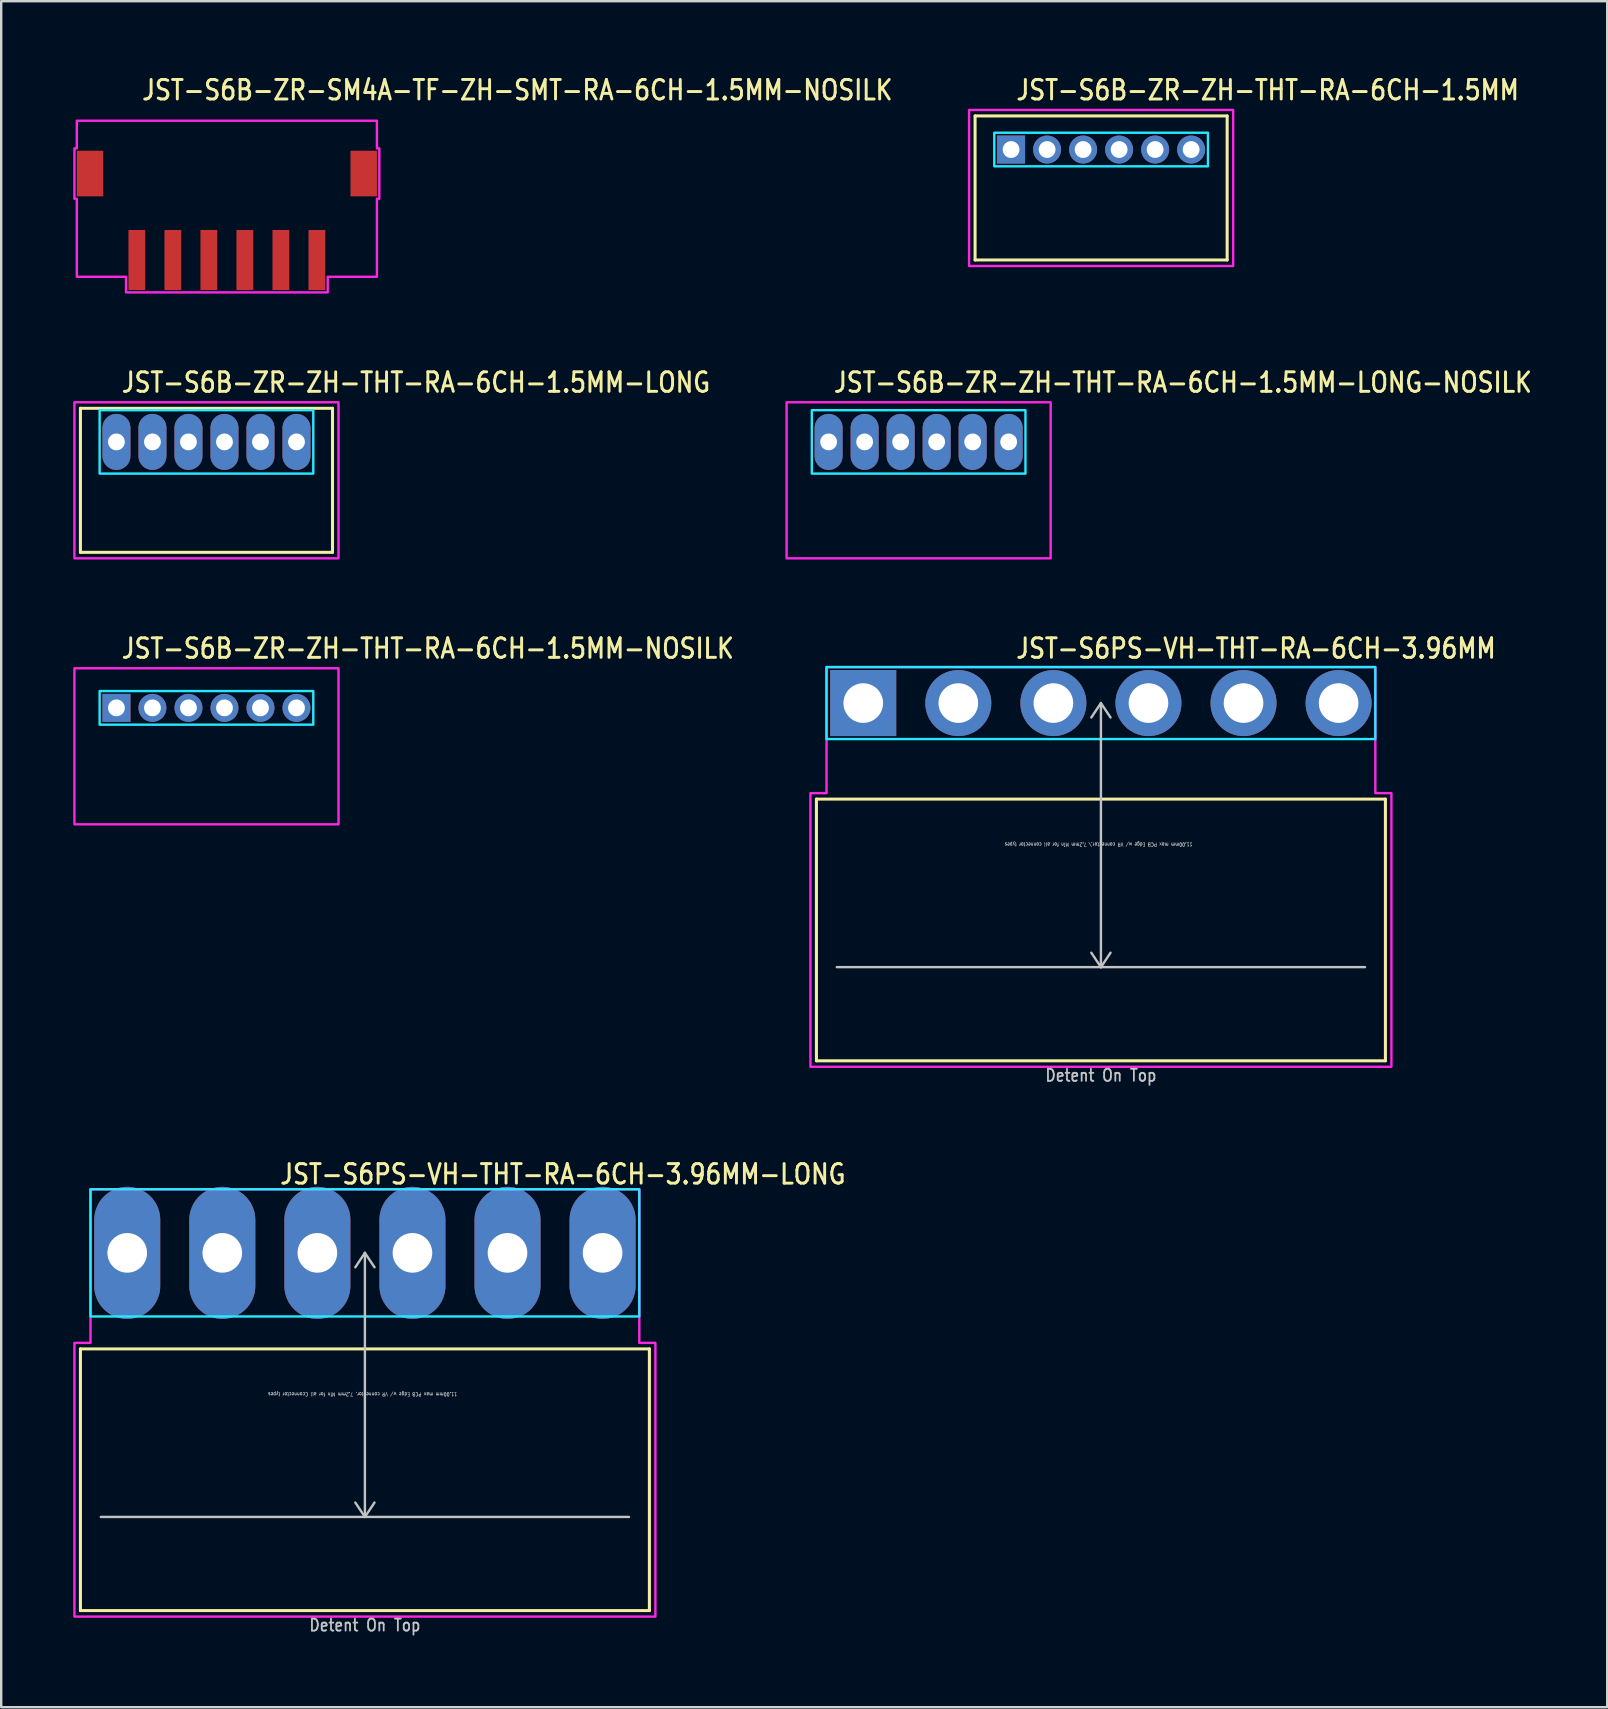
<source format=kicad_pcb>
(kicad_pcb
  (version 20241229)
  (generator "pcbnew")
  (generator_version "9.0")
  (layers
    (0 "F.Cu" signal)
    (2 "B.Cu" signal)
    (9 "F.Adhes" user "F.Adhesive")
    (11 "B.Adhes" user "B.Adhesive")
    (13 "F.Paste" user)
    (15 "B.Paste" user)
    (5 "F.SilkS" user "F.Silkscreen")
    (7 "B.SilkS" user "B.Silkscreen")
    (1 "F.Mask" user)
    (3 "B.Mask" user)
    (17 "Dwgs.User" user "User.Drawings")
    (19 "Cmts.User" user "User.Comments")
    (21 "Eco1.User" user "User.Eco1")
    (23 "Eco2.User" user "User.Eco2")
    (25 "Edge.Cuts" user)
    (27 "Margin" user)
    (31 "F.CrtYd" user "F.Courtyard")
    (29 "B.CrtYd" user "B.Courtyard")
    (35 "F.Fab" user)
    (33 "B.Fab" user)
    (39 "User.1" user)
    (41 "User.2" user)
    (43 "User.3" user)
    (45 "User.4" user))
  (footprint "JST-S6B-ZR-ZH-THT-RA-6CH-1.5MM-LONG"
    (layer "F.Cu")
    (at 5.55 15.357)
    (property "Reference" "JST-S6B-ZR-ZH-THT-RA-6CH-1.5MM-LONG" (at -3.6 -2 0) (unlocked yes) (layer "F.SilkS") (effects (font (size 0.813 0.695) (thickness 0.122)) (justify left bottom)))
    (fp_line (start -5.25 -1.4) (end 5.25 -1.4) (stroke (width 0.127) (type solid)) (layer "F.SilkS"))
    (fp_line (start -5.25 4.6) (end -5.25 -1.4) (stroke (width 0.127) (type solid)) (layer "F.SilkS"))
    (fp_line (start -5.25 4.6) (end 5.25 4.6) (stroke (width 0.127) (type solid)) (layer "F.SilkS"))
    (fp_line (start 5.25 -1.4) (end 5.25 4.6) (stroke (width 0.127) (type solid)) (layer "F.SilkS"))
    (fp_poly (pts (xy -4.45 -1.32) (xy -4.45 1.32) (xy 4.45 1.32) (xy 4.45 -1.32)) (stroke (width 0.1) (type solid)) (fill no) (layer "B.CrtYd"))
    (fp_poly (pts (xy -5.5 -1.65) (xy -5.5 4.85) (xy 5.5 4.85) (xy 5.5 -1.65)) (stroke (width 0.1) (type solid)) (fill no) (layer "F.CrtYd"))
    (pad "1" thru_hole oval (at -3.75 0 90) (size 2.333 1.167) (drill 0.7) (layers "*.Cu" "*.Mask"))
    (pad "2" thru_hole oval (at -2.25 0 90) (size 2.333 1.167) (drill 0.7) (layers "*.Cu" "*.Mask"))
    (pad "3" thru_hole oval (at -0.75 0 90) (size 2.333 1.167) (drill 0.7) (layers "*.Cu" "*.Mask"))
    (pad "4" thru_hole oval (at 0.75 0 90) (size 2.333 1.167) (drill 0.7) (layers "*.Cu" "*.Mask"))
    (pad "5" thru_hole oval (at 2.25 0 90) (size 2.333 1.167) (drill 0.7) (layers "*.Cu" "*.Mask"))
    (pad "6" thru_hole oval (at 3.75 0 90) (size 2.333 1.167) (drill 0.7) (layers "*.Cu" "*.Mask")))
  (footprint "JST-S6B-ZR-ZH-THT-RA-6CH-1.5MM"
    (layer "F.Cu")
    (at 42.816 3.179)
    (property "Reference" "JST-S6B-ZR-ZH-THT-RA-6CH-1.5MM" (at -3.6 -2 0) (unlocked yes) (layer "F.SilkS") (effects (font (size 0.813 0.695) (thickness 0.122)) (justify left bottom)))
    (fp_line (start -5.25 -1.4) (end 5.25 -1.4) (stroke (width 0.127) (type solid)) (layer "F.SilkS"))
    (fp_line (start -5.25 4.6) (end -5.25 -1.4) (stroke (width 0.127) (type solid)) (layer "F.SilkS"))
    (fp_line (start -5.25 4.6) (end 5.25 4.6) (stroke (width 0.127) (type solid)) (layer "F.SilkS"))
    (fp_line (start 5.25 -1.4) (end 5.25 4.6) (stroke (width 0.127) (type solid)) (layer "F.SilkS"))
    (fp_poly (pts (xy -4.45 -0.7) (xy -4.45 0.7) (xy 4.45 0.7) (xy 4.45 -0.7)) (stroke (width 0.1) (type solid)) (fill no) (layer "B.CrtYd"))
    (fp_poly (pts (xy -5.5 -1.65) (xy -5.5 4.85) (xy 5.5 4.85) (xy 5.5 -1.65)) (stroke (width 0.1) (type solid)) (fill no) (layer "F.CrtYd"))
    (pad "1" thru_hole rect (at -3.75 0) (size 1.167 1.167) (drill 0.7) (layers "*.Cu" "*.Mask"))
    (pad "2" thru_hole oval (at -2.25 0) (size 1.167 1.167) (drill 0.7) (layers "*.Cu" "*.Mask"))
    (pad "3" thru_hole oval (at -0.75 0) (size 1.167 1.167) (drill 0.7) (layers "*.Cu" "*.Mask"))
    (pad "4" thru_hole oval (at 0.75 0) (size 1.167 1.167) (drill 0.7) (layers "*.Cu" "*.Mask"))
    (pad "5" thru_hole oval (at 2.25 0) (size 1.167 1.167) (drill 0.7) (layers "*.Cu" "*.Mask"))
    (pad "6" thru_hole oval (at 3.75 0) (size 1.167 1.167) (drill 0.7) (layers "*.Cu" "*.Mask")))
  (footprint "JST-S6PS-VH-THT-RA-6CH-3.96MM"
    (layer "F.Cu")
    (at 42.808 26.236)
    (property "Reference" "JST-S6PS-VH-THT-RA-6CH-3.96MM" (at -3.6 -1.8 0) (unlocked yes) (layer "F.SilkS") (effects (font (size 0.813 0.695) (thickness 0.122)) (justify left bottom)))
    (fp_line (start -11.85 4) (end 11.85 4) (stroke (width 0.127) (type solid)) (layer "F.SilkS"))
    (fp_line (start -11.85 14.9) (end -11.85 4) (stroke (width 0.127) (type solid)) (layer "F.SilkS"))
    (fp_line (start -11.85 14.9) (end 11.85 14.9) (stroke (width 0.127) (type solid)) (layer "F.SilkS"))
    (fp_line (start 11.85 4) (end 11.85 14.9) (stroke (width 0.127) (type solid)) (layer "F.SilkS"))
    (fp_line (start -11 11) (end 11 11) (stroke (width 0.1) (type solid)) (layer "Dwgs.User"))
    (fp_line (start 0 0) (end -0.4 0.6) (stroke (width 0.1) (type solid)) (layer "Dwgs.User"))
    (fp_line (start 0 0) (end 0 11) (stroke (width 0.1) (type solid)) (layer "Dwgs.User"))
    (fp_line (start 0 0) (end 0.4 0.6) (stroke (width 0.1) (type solid)) (layer "Dwgs.User"))
    (fp_line (start 0 11) (end -0.4 10.4) (stroke (width 0.1) (type solid)) (layer "Dwgs.User"))
    (fp_line (start 0 11) (end 0.4 10.4) (stroke (width 0.1) (type solid)) (layer "Dwgs.User"))
    (fp_poly (pts (xy -11.43 -1.5) (xy -11.43 1.5) (xy 11.43 1.5) (xy 11.43 -1.5)) (stroke (width 0.1) (type solid)) (fill no) (layer "B.CrtYd"))
    (fp_poly (pts (xy -12.1 3.75) (xy -12.1 15.15) (xy 12.1 15.15) (xy 12.1 3.75) (xy 11.43 3.75) (xy 11.43 -1.5) (xy -11.43 -1.5) (xy -11.43 3.75)) (stroke (width 0.1) (type solid)) (fill no) (layer "F.CrtYd"))
    (fp_text user "Detent On Top" (at 0 15.8 0) (unlocked yes) (layer "Dwgs.User") (effects (font (size 0.5 0.427) (thickness 0.075)) (justify bottom)))
    (fp_text user "11.00mm max PCB Edge w/ VR connector,\\ 7.2mm Min for all connector types" (at -0.1 5.8 180) (unlocked yes) (layer "Dwgs.User") (effects (font (size 0.15 0.128) (thickness 0.022)) (justify bottom)))
    (pad "1" thru_hole rect (at -9.9 0) (size 2.75 2.75) (drill 1.65) (layers "*.Cu" "*.Mask"))
    (pad "2" thru_hole oval (at -5.94 0) (size 2.75 2.75) (drill 1.65) (layers "*.Cu" "*.Mask"))
    (pad "3" thru_hole oval (at -1.98 0) (size 2.75 2.75) (drill 1.65) (layers "*.Cu" "*.Mask"))
    (pad "4" thru_hole oval (at 1.98 0) (size 2.75 2.75) (drill 1.65) (layers "*.Cu" "*.Mask"))
    (pad "5" thru_hole oval (at 5.94 0) (size 2.75 2.75) (drill 1.65) (layers "*.Cu" "*.Mask"))
    (pad "6" thru_hole oval (at 9.9 0) (size 2.75 2.75) (drill 1.65) (layers "*.Cu" "*.Mask")))
  (footprint "JST-S6B-ZR-ZH-THT-RA-6CH-1.5MM-LONG-NOSILK"
    (layer "F.Cu")
    (at 35.215 15.357)
    (property "Reference" "JST-S6B-ZR-ZH-THT-RA-6CH-1.5MM-LONG-NOSILK" (at -3.6 -2 0) (unlocked yes) (layer "F.SilkS") (effects (font (size 0.813 0.695) (thickness 0.122)) (justify left bottom)))
    (fp_poly (pts (xy -4.45 -1.32) (xy -4.45 1.32) (xy 4.45 1.32) (xy 4.45 -1.32)) (stroke (width 0.1) (type solid)) (fill no) (layer "B.CrtYd"))
    (fp_poly (pts (xy -5.5 -1.65) (xy -5.5 4.85) (xy 5.5 4.85) (xy 5.5 -1.65)) (stroke (width 0.1) (type solid)) (fill no) (layer "F.CrtYd"))
    (pad "1" thru_hole oval (at -3.75 0 90) (size 2.333 1.167) (drill 0.7) (layers "*.Cu" "*.Mask"))
    (pad "2" thru_hole oval (at -2.25 0 90) (size 2.333 1.167) (drill 0.7) (layers "*.Cu" "*.Mask"))
    (pad "3" thru_hole oval (at -0.75 0 90) (size 2.333 1.167) (drill 0.7) (layers "*.Cu" "*.Mask"))
    (pad "4" thru_hole oval (at 0.75 0 90) (size 2.333 1.167) (drill 0.7) (layers "*.Cu" "*.Mask"))
    (pad "5" thru_hole oval (at 2.25 0 90) (size 2.333 1.167) (drill 0.7) (layers "*.Cu" "*.Mask"))
    (pad "6" thru_hole oval (at 3.75 0 90) (size 2.333 1.167) (drill 0.7) (layers "*.Cu" "*.Mask")))
  (footprint "JST-S6B-ZR-ZH-THT-RA-6CH-1.5MM-NOSILK"
    (layer "F.Cu")
    (at 5.55 26.436)
    (property "Reference" "JST-S6B-ZR-ZH-THT-RA-6CH-1.5MM-NOSILK" (at -3.6 -2 0) (unlocked yes) (layer "F.SilkS") (effects (font (size 0.813 0.695) (thickness 0.122)) (justify left bottom)))
    (fp_poly (pts (xy -4.45 -0.7) (xy -4.45 0.7) (xy 4.45 0.7) (xy 4.45 -0.7)) (stroke (width 0.1) (type solid)) (fill no) (layer "B.CrtYd"))
    (fp_poly (pts (xy -5.5 -1.65) (xy -5.5 4.85) (xy 5.5 4.85) (xy 5.5 -1.65)) (stroke (width 0.1) (type solid)) (fill no) (layer "F.CrtYd"))
    (pad "1" thru_hole rect (at -3.75 0) (size 1.167 1.167) (drill 0.7) (layers "*.Cu" "*.Mask"))
    (pad "2" thru_hole oval (at -2.25 0) (size 1.167 1.167) (drill 0.7) (layers "*.Cu" "*.Mask"))
    (pad "3" thru_hole oval (at -0.75 0) (size 1.167 1.167) (drill 0.7) (layers "*.Cu" "*.Mask"))
    (pad "4" thru_hole oval (at 0.75 0) (size 1.167 1.167) (drill 0.7) (layers "*.Cu" "*.Mask"))
    (pad "5" thru_hole oval (at 2.25 0) (size 1.167 1.167) (drill 0.7) (layers "*.Cu" "*.Mask"))
    (pad "6" thru_hole oval (at 3.75 0) (size 1.167 1.167) (drill 0.7) (layers "*.Cu" "*.Mask")))
  (footprint "JST-S6B-ZR-SM4A-TF-ZH-SMT-RA-6CH-1.5MM-NOSILK"
    (layer "F.Cu")
    (at 6.4 4.179)
    (property "Reference" "JST-S6B-ZR-SM4A-TF-ZH-SMT-RA-6CH-1.5MM-NOSILK" (at -3.6 -3 0) (unlocked yes) (layer "F.SilkS") (effects (font (size 0.813 0.695) (thickness 0.122)) (justify left bottom)))
    (fp_poly (pts (xy -6.25 -2.2) (xy -6.25 -1.05) (xy -6.35 -1.05) (xy -6.35 1.05) (xy -6.25 1.05) (xy -6.25 4.3) (xy -4.2 4.3) (xy -4.2 4.95) (xy 4.2 4.95) (xy 4.2 4.3) (xy 6.25 4.3) (xy 6.25 1.05) (xy 6.35 1.05) (xy 6.35 -1.05) (xy 6.25 -1.05) (xy 6.25 -2.2)) (stroke (width 0.1) (type solid)) (fill no) (layer "F.CrtYd"))
    (pad "1" smd rect (at 3.75 3.6) (size 0.7 2.5) (layers "F.Cu" "F.Mask" "F.Paste"))
    (pad "2" smd rect (at 2.25 3.6) (size 0.7 2.5) (layers "F.Cu" "F.Mask" "F.Paste"))
    (pad "3" smd rect (at 0.75 3.6) (size 0.7 2.5) (layers "F.Cu" "F.Mask" "F.Paste"))
    (pad "4" smd rect (at -0.75 3.6) (size 0.7 2.5) (layers "F.Cu" "F.Mask" "F.Paste"))
    (pad "5" smd rect (at -2.25 3.6) (size 0.7 2.5) (layers "F.Cu" "F.Mask" "F.Paste"))
    (pad "6" smd rect (at -3.75 3.6) (size 0.7 2.5) (layers "F.Cu" "F.Mask" "F.Paste"))
    (pad "S_1" smd rect (at -5.7 0) (size 1.1 1.9) (layers "F.Cu" "F.Mask" "F.Paste"))
    (pad "S_2" smd rect (at 5.7 0) (size 1.1 1.9) (layers "F.Cu" "F.Mask" "F.Paste")))
  (footprint "JST-S6PS-VH-THT-RA-6CH-3.96MM-LONG"
    (layer "F.Cu")
    (at 12.15 49.137)
    (property "Reference" "JST-S6PS-VH-THT-RA-6CH-3.96MM-LONG" (at -3.6 -2.8 0) (unlocked yes) (layer "F.SilkS") (effects (font (size 0.813 0.695) (thickness 0.122)) (justify left bottom)))
    (fp_line (start -11.85 4) (end 11.85 4) (stroke (width 0.127) (type solid)) (layer "F.SilkS"))
    (fp_line (start -11.85 14.9) (end -11.85 4) (stroke (width 0.127) (type solid)) (layer "F.SilkS"))
    (fp_line (start -11.85 14.9) (end 11.85 14.9) (stroke (width 0.127) (type solid)) (layer "F.SilkS"))
    (fp_line (start 11.85 4) (end 11.85 14.9) (stroke (width 0.127) (type solid)) (layer "F.SilkS"))
    (fp_line (start -11 11) (end 11 11) (stroke (width 0.1) (type solid)) (layer "Dwgs.User"))
    (fp_line (start 0 0) (end -0.4 0.6) (stroke (width 0.1) (type solid)) (layer "Dwgs.User"))
    (fp_line (start 0 0) (end 0 11) (stroke (width 0.1) (type solid)) (layer "Dwgs.User"))
    (fp_line (start 0 0) (end 0.4 0.6) (stroke (width 0.1) (type solid)) (layer "Dwgs.User"))
    (fp_line (start 0 11) (end -0.4 10.4) (stroke (width 0.1) (type solid)) (layer "Dwgs.User"))
    (fp_line (start 0 11) (end 0.4 10.4) (stroke (width 0.1) (type solid)) (layer "Dwgs.User"))
    (fp_poly (pts (xy -11.43 -2.65) (xy -11.43 2.65) (xy 11.43 2.65) (xy 11.43 -2.65)) (stroke (width 0.1) (type solid)) (fill no) (layer "B.CrtYd"))
    (fp_poly (pts (xy -12.1 3.75) (xy -12.1 15.15) (xy 12.1 15.15) (xy 12.1 3.75) (xy 11.43 3.75) (xy 11.43 -2.65) (xy -11.43 -2.65) (xy -11.43 3.75)) (stroke (width 0.1) (type solid)) (fill no) (layer "F.CrtYd"))
    (fp_text user "Detent On Top" (at 0 15.8 0) (unlocked yes) (layer "Dwgs.User") (effects (font (size 0.5 0.427) (thickness 0.075)) (justify bottom)))
    (fp_text user "11.00mm max PCB Edge w/ VR connector, 7.2mm Min for all Cconnector types" (at -0.1 5.8 180) (unlocked yes) (layer "Dwgs.User") (effects (font (size 0.15 0.128) (thickness 0.022)) (justify bottom)))
    (pad "1" thru_hole oval (at -9.9 0 90) (size 5.5 2.75) (drill 1.65) (layers "*.Cu" "*.Mask"))
    (pad "2" thru_hole oval (at -5.94 0 90) (size 5.5 2.75) (drill 1.65) (layers "*.Cu" "*.Mask"))
    (pad "3" thru_hole oval (at -1.98 0 90) (size 5.5 2.75) (drill 1.65) (layers "*.Cu" "*.Mask"))
    (pad "4" thru_hole oval (at 1.98 0 90) (size 5.5 2.75) (drill 1.65) (layers "*.Cu" "*.Mask"))
    (pad "5" thru_hole oval (at 5.94 0 90) (size 5.5 2.75) (drill 1.65) (layers "*.Cu" "*.Mask"))
    (pad "6" thru_hole oval (at 9.9 0 90) (size 5.5 2.75) (drill 1.65) (layers "*.Cu" "*.Mask")))
  (gr_rect
    (start -3 -3)
    (end 63.897 68.061)
    (stroke (width 0.1) (type default))
    (fill no)
    (layer "Edge.Cuts")))
</source>
